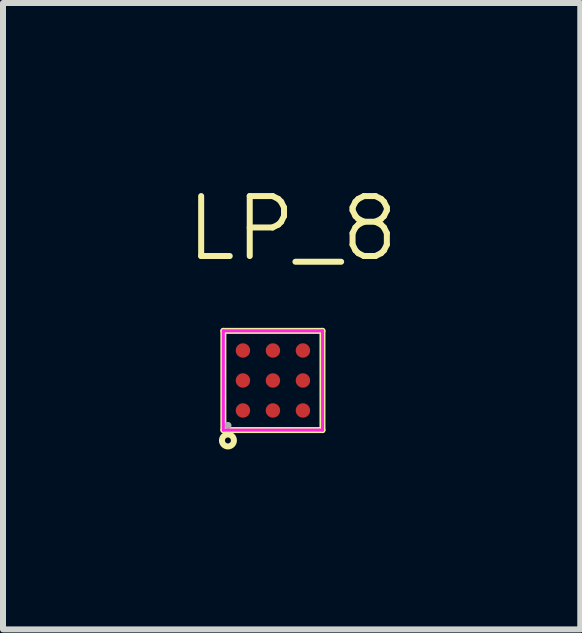
<source format=kicad_pcb>
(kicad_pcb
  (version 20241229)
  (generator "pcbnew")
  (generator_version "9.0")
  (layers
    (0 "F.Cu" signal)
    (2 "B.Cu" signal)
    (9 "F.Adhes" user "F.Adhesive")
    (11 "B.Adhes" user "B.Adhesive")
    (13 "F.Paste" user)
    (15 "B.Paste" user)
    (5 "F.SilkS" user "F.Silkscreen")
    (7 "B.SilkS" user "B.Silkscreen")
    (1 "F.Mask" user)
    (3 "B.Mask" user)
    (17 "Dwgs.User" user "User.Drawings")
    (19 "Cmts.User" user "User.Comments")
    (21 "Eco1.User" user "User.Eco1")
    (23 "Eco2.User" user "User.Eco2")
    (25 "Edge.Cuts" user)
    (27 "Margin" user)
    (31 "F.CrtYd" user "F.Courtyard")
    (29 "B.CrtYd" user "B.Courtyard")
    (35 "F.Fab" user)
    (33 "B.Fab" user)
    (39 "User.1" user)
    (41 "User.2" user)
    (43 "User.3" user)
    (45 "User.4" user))
  (footprint "LP_8"
    (layer "F.Cu")
    (at 1.5 3.293)
    (property "Reference" "LP_8" (at -1.5 -2.532 0) (layer "F.SilkS") (effects (font (size 1 1) (thickness 0.1)) (justify left)))
    (fp_line (start -0.826 -0.827) (end 0.826 -0.827) (stroke (width 0.1) (type solid)) (layer "F.SilkS"))
    (fp_line (start -0.826 0.827) (end -0.826 -0.827) (stroke (width 0.1) (type solid)) (layer "F.SilkS"))
    (fp_line (start 0.826 -0.827) (end 0.826 0.827) (stroke (width 0.1) (type solid)) (layer "F.SilkS"))
    (fp_line (start 0.826 0.827) (end -0.826 0.827) (stroke (width 0.1) (type solid)) (layer "F.SilkS"))
    (fp_arc (start -0.65 1) (mid -0.85 1) (end -0.65 1) (stroke (width 0.1) (type solid)) (layer "F.SilkS"))
    (fp_line (start -0.827 -0.827) (end -0.827 0.827) (stroke (width 0.05) (type solid)) (layer "F.CrtYd"))
    (fp_line (start -0.827 0.827) (end 0.827 0.827) (stroke (width 0.05) (type solid)) (layer "F.CrtYd"))
    (fp_line (start 0.827 -0.827) (end -0.827 -0.827) (stroke (width 0.05) (type solid)) (layer "F.CrtYd"))
    (fp_line (start 0.827 0.827) (end 0.827 -0.827) (stroke (width 0.05) (type solid)) (layer "F.CrtYd"))
    (fp_arc (start -0.72 0.7505) (mid -0.78 0.7505) (end -0.72 0.7505) (stroke (width 0.06) (type solid)) (layer "F.Fab"))
    (pad "A1" smd circle (at -0.5 0.5) (size 0.24 0.24) (layers "F.Cu" "F.Mask" "F.Paste"))
    (pad "A2" smd circle (at -0.5 0) (size 0.24 0.24) (layers "F.Cu" "F.Mask" "F.Paste"))
    (pad "A3" smd circle (at -0.5 -0.5) (size 0.24 0.24) (layers "F.Cu" "F.Mask" "F.Paste"))
    (pad "B1" smd circle (at 0 0.5) (size 0.24 0.24) (layers "F.Cu" "F.Mask" "F.Paste"))
    (pad "B2" smd circle (at 0 0) (size 0.24 0.24) (layers "F.Cu" "F.Mask" "F.Paste"))
    (pad "B3" smd circle (at 0 -0.5) (size 0.24 0.24) (layers "F.Cu" "F.Mask" "F.Paste"))
    (pad "C1" smd circle (at 0.5 0.5) (size 0.24 0.24) (layers "F.Cu" "F.Mask" "F.Paste"))
    (pad "C2" smd circle (at 0.5 0) (size 0.24 0.24) (layers "F.Cu" "F.Mask" "F.Paste"))
    (pad "C3" smd circle (at 0.5 -0.5) (size 0.24 0.24) (layers "F.Cu" "F.Mask" "F.Paste")))
  (gr_rect
    (start -3 -3)
    (end 6.624 7.443)
    (stroke (width 0.1) (type default))
    (fill no)
    (layer "Edge.Cuts")))
</source>
